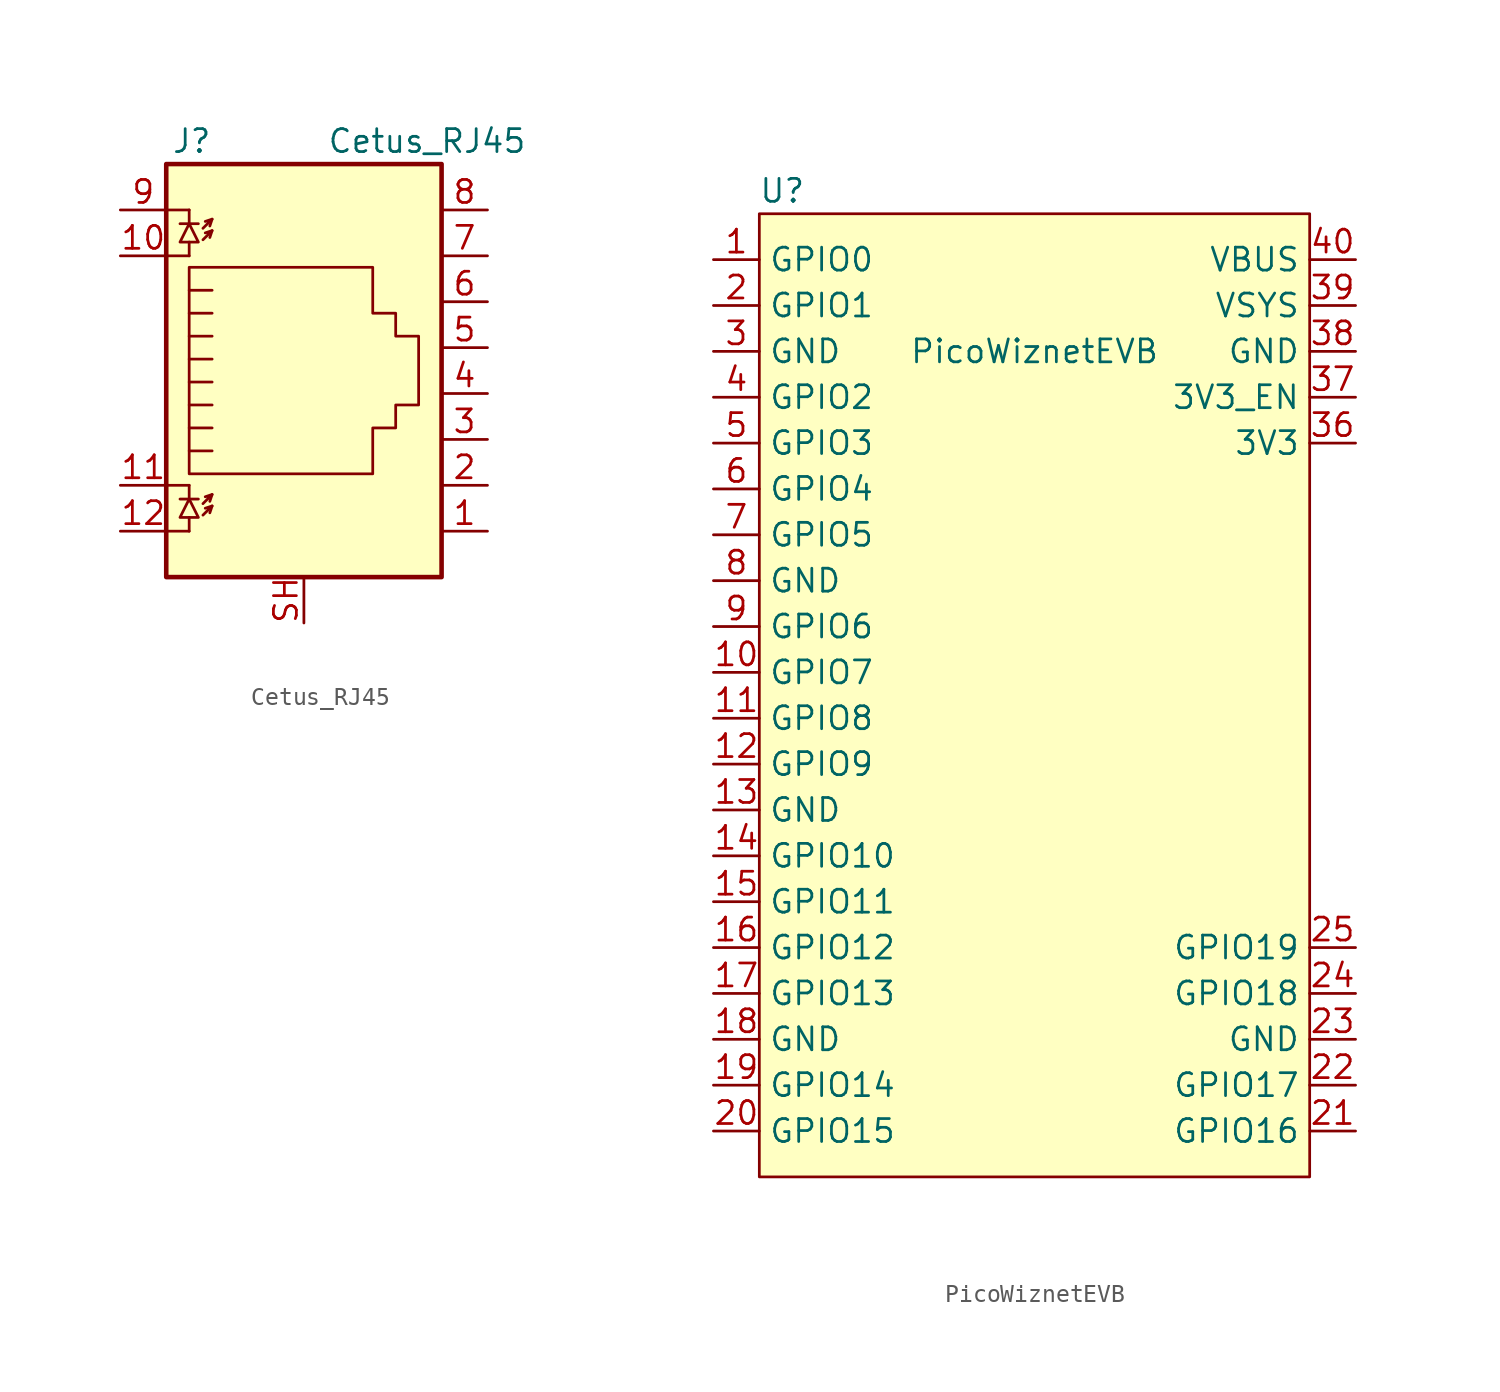
<source format=kicad_sym>
(kicad_symbol_lib
  (version 20211014)
  (generator kicad_symbol_editor)
  (symbol "Cetus_RJ45"
    (pin_names
      (offset 1.016))
    (property "Reference" "J"
      (at -5.08 13.97 0)
      (effects (font (size 1.27 1.27)) (justify right)))
    (property "Value" "Cetus_RJ45"
      (at 1.27 13.97 0)
      (effects (font (size 1.27 1.27)) (justify left)))
    (symbol "Cetus_RJ45_0_1"
      (polyline (pts (xy -7.62 -7.62) (xy -6.35 -7.62)) (stroke (width 0) (type default) (color 0 0 0 0)) (fill (type none)))
      (polyline (pts (xy -7.62 -5.08) (xy -6.35 -5.08)) (stroke (width 0) (type default) (color 0 0 0 0)) (fill (type none)))
      (polyline (pts (xy -7.62 7.62) (xy -6.35 7.62)) (stroke (width 0) (type default) (color 0 0 0 0)) (fill (type none)))
      (polyline (pts (xy -7.62 10.16) (xy -6.35 10.16)) (stroke (width 0) (type default) (color 0 0 0 0)) (fill (type none)))
      (polyline (pts (xy -6.858 -5.842) (xy -5.842 -5.842)) (stroke (width 0) (type default) (color 0 0 0 0)) (fill (type none)))
      (polyline (pts (xy -6.858 9.398) (xy -5.842 9.398)) (stroke (width 0) (type default) (color 0 0 0 0)) (fill (type none)))
      (polyline (pts (xy -6.35 -7.62) (xy -6.35 -6.858)) (stroke (width 0) (type default) (color 0 0 0 0)) (fill (type none)))
      (polyline (pts (xy -6.35 -5.08) (xy -6.35 -5.842)) (stroke (width 0) (type default) (color 0 0 0 0)) (fill (type none)))
      (polyline (pts (xy -6.35 7.62) (xy -6.35 8.382)) (stroke (width 0) (type default) (color 0 0 0 0)) (fill (type none)))
      (polyline (pts (xy -6.35 10.16) (xy -6.35 9.398)) (stroke (width 0) (type default) (color 0 0 0 0)) (fill (type none)))
      (polyline (pts (xy -5.08 -6.223) (xy -5.207 -6.604)) (stroke (width 0) (type default) (color 0 0 0 0)) (fill (type none)))
      (polyline (pts (xy -5.08 -5.588) (xy -5.207 -5.969)) (stroke (width 0) (type default) (color 0 0 0 0)) (fill (type none)))
      (polyline (pts (xy -5.08 4.445) (xy -6.35 4.445)) (stroke (width 0) (type default) (color 0 0 0 0)) (fill (type none)))
      (polyline (pts (xy -5.08 5.715) (xy -6.35 5.715)) (stroke (width 0) (type default) (color 0 0 0 0)) (fill (type none)))
      (polyline (pts (xy -5.08 9.017) (xy -5.207 8.636)) (stroke (width 0) (type default) (color 0 0 0 0)) (fill (type none)))
      (polyline (pts (xy -5.08 9.652) (xy -5.207 9.271)) (stroke (width 0) (type default) (color 0 0 0 0)) (fill (type none)))
      (polyline (pts (xy -6.35 -3.175) (xy -5.08 -3.175) (xy -5.08 -3.175)) (stroke (width 0) (type default) (color 0 0 0 0)) (fill (type none)))
      (polyline (pts (xy -6.35 -1.905) (xy -5.08 -1.905) (xy -5.08 -1.905)) (stroke (width 0) (type default) (color 0 0 0 0)) (fill (type none)))
      (polyline (pts (xy -6.35 -0.635) (xy -5.08 -0.635) (xy -5.08 -0.635)) (stroke (width 0) (type default) (color 0 0 0 0)) (fill (type none)))
      (polyline (pts (xy -6.35 0.635) (xy -5.08 0.635) (xy -5.08 0.635)) (stroke (width 0) (type default) (color 0 0 0 0)) (fill (type none)))
      (polyline (pts (xy -6.35 1.905) (xy -5.08 1.905) (xy -5.08 1.905)) (stroke (width 0) (type default) (color 0 0 0 0)) (fill (type none)))
      (polyline (pts (xy -5.588 -6.731) (xy -5.08 -6.223) (xy -5.461 -6.35)) (stroke (width 0) (type default) (color 0 0 0 0)) (fill (type none)))
      (polyline (pts (xy -5.588 -6.096) (xy -5.08 -5.588) (xy -5.461 -5.715)) (stroke (width 0) (type default) (color 0 0 0 0)) (fill (type none)))
      (polyline (pts (xy -5.588 8.509) (xy -5.08 9.017) (xy -5.461 8.89)) (stroke (width 0) (type default) (color 0 0 0 0)) (fill (type none)))
      (polyline (pts (xy -5.588 9.144) (xy -5.08 9.652) (xy -5.461 9.525)) (stroke (width 0) (type default) (color 0 0 0 0)) (fill (type none)))
      (polyline (pts (xy -5.08 3.175) (xy -6.35 3.175) (xy -6.35 3.175)) (stroke (width 0) (type default) (color 0 0 0 0)) (fill (type none)))
      (polyline (pts (xy -6.35 -5.842) (xy -6.858 -6.858) (xy -5.842 -6.858) (xy -6.35 -5.842)) (stroke (width 0) (type default) (color 0 0 0 0)) (fill (type none)))
      (polyline (pts (xy -6.35 9.398) (xy -6.858 8.382) (xy -5.842 8.382) (xy -6.35 9.398)) (stroke (width 0) (type default) (color 0 0 0 0)) (fill (type none)))
      (polyline (pts (xy -6.35 -4.445) (xy -6.35 6.985) (xy 3.81 6.985) (xy 3.81 4.445) (xy 5.08 4.445) (xy 5.08 3.175) (xy 6.35 3.175) (xy 6.35 -0.635) (xy 5.08 -0.635) (xy 5.08 -1.905) (xy 3.81 -1.905) (xy 3.81 -4.445) (xy -6.35 -4.445) (xy -6.35 -4.445)) (stroke (width 0) (type default) (color 0 0 0 0)) (fill (type none)))
      (rectangle (start 7.62 12.7) (end -7.62 -10.16) (stroke (width 0.254) (type default) (color 0 0 0 0)) (fill (type background))))
    (symbol "Cetus_RJ45_1_1"
      (pin passive line (at 10.16 -7.62 180) (length 2.54) (name "~" (effects (font (size 1.27 1.27)))) (number "1" (effects (font (size 1.27 1.27)))))
      (pin passive line (at -10.16 7.62 0) (length 2.54) (name "~" (effects (font (size 1.27 1.27)))) (number "10" (effects (font (size 1.27 1.27)))))
      (pin passive line (at -10.16 -5.08 0) (length 2.54) (name "~" (effects (font (size 1.27 1.27)))) (number "11" (effects (font (size 1.27 1.27)))))
      (pin passive line (at -10.16 -7.62 0) (length 2.54) (name "~" (effects (font (size 1.27 1.27)))) (number "12" (effects (font (size 1.27 1.27)))))
      (pin passive line (at 10.16 -5.08 180) (length 2.54) (name "~" (effects (font (size 1.27 1.27)))) (number "2" (effects (font (size 1.27 1.27)))))
      (pin passive line (at 10.16 -2.54 180) (length 2.54) (name "~" (effects (font (size 1.27 1.27)))) (number "3" (effects (font (size 1.27 1.27)))))
      (pin passive line (at 10.16 0 180) (length 2.54) (name "~" (effects (font (size 1.27 1.27)))) (number "4" (effects (font (size 1.27 1.27)))))
      (pin passive line (at 10.16 2.54 180) (length 2.54) (name "~" (effects (font (size 1.27 1.27)))) (number "5" (effects (font (size 1.27 1.27)))))
      (pin passive line (at 10.16 5.08 180) (length 2.54) (name "~" (effects (font (size 1.27 1.27)))) (number "6" (effects (font (size 1.27 1.27)))))
      (pin passive line (at 10.16 7.62 180) (length 2.54) (name "~" (effects (font (size 1.27 1.27)))) (number "7" (effects (font (size 1.27 1.27)))))
      (pin passive line (at 10.16 10.16 180) (length 2.54) (name "~" (effects (font (size 1.27 1.27)))) (number "8" (effects (font (size 1.27 1.27)))))
      (pin passive line (at -10.16 10.16 0) (length 2.54) (name "~" (effects (font (size 1.27 1.27)))) (number "9" (effects (font (size 1.27 1.27)))))
      (pin passive line (at 0 -12.7 90) (length 2.54) (name "~" (effects (font (size 1.27 1.27)))) (number "SH" (effects (font (size 1.27 1.27)))))))
  (symbol "PicoWiznetEVB"
    (property "Reference" "U"
      (at -13.97 27.94 0)
      (effects (font (size 1.27 1.27))))
    (property "Value" "PicoWiznetEVB"
      (at 0 19.05 0)
      (effects (font (size 1.27 1.27))))
    (symbol "PicoWiznetEVB_0_1"
      (rectangle (start -15.24 26.67) (end 15.24 -26.67) (stroke (width 0) (type default) (color 0 0 0 0)) (fill (type background))))
    (symbol "PicoWiznetEVB_1_1"
      (pin bidirectional line (at -17.78 24.13 0) (length 2.54) (name "GPIO0" (effects (font (size 1.27 1.27)))) (number "1" (effects (font (size 1.27 1.27)))))
      (pin bidirectional line (at -17.78 1.27 0) (length 2.54) (name "GPIO7" (effects (font (size 1.27 1.27)))) (number "10" (effects (font (size 1.27 1.27)))))
      (pin bidirectional line (at -17.78 -1.27 0) (length 2.54) (name "GPIO8" (effects (font (size 1.27 1.27)))) (number "11" (effects (font (size 1.27 1.27)))))
      (pin bidirectional line (at -17.78 -3.81 0) (length 2.54) (name "GPIO9" (effects (font (size 1.27 1.27)))) (number "12" (effects (font (size 1.27 1.27)))))
      (pin power_in line (at -17.78 -6.35 0) (length 2.54) (name "GND" (effects (font (size 1.27 1.27)))) (number "13" (effects (font (size 1.27 1.27)))))
      (pin bidirectional line (at -17.78 -8.89 0) (length 2.54) (name "GPIO10" (effects (font (size 1.27 1.27)))) (number "14" (effects (font (size 1.27 1.27)))))
      (pin bidirectional line (at -17.78 -11.43 0) (length 2.54) (name "GPIO11" (effects (font (size 1.27 1.27)))) (number "15" (effects (font (size 1.27 1.27)))))
      (pin bidirectional line (at -17.78 -13.97 0) (length 2.54) (name "GPIO12" (effects (font (size 1.27 1.27)))) (number "16" (effects (font (size 1.27 1.27)))))
      (pin bidirectional line (at -17.78 -16.51 0) (length 2.54) (name "GPIO13" (effects (font (size 1.27 1.27)))) (number "17" (effects (font (size 1.27 1.27)))))
      (pin power_in line (at -17.78 -19.05 0) (length 2.54) (name "GND" (effects (font (size 1.27 1.27)))) (number "18" (effects (font (size 1.27 1.27)))))
      (pin bidirectional line (at -17.78 -21.59 0) (length 2.54) (name "GPIO14" (effects (font (size 1.27 1.27)))) (number "19" (effects (font (size 1.27 1.27)))))
      (pin bidirectional line (at -17.78 21.59 0) (length 2.54) (name "GPIO1" (effects (font (size 1.27 1.27)))) (number "2" (effects (font (size 1.27 1.27)))))
      (pin bidirectional line (at -17.78 -24.13 0) (length 2.54) (name "GPIO15" (effects (font (size 1.27 1.27)))) (number "20" (effects (font (size 1.27 1.27)))))
      (pin bidirectional line (at 17.78 -24.13 180) (length 2.54) (name "GPIO16" (effects (font (size 1.27 1.27)))) (number "21" (effects (font (size 1.27 1.27)))))
      (pin bidirectional line (at 17.78 -21.59 180) (length 2.54) (name "GPIO17" (effects (font (size 1.27 1.27)))) (number "22" (effects (font (size 1.27 1.27)))))
      (pin power_in line (at 17.78 -19.05 180) (length 2.54) (name "GND" (effects (font (size 1.27 1.27)))) (number "23" (effects (font (size 1.27 1.27)))))
      (pin bidirectional line (at 17.78 -16.51 180) (length 2.54) (name "GPIO18" (effects (font (size 1.27 1.27)))) (number "24" (effects (font (size 1.27 1.27)))))
      (pin bidirectional line (at 17.78 -13.97 180) (length 2.54) (name "GPIO19" (effects (font (size 1.27 1.27)))) (number "25" (effects (font (size 1.27 1.27)))))
      (pin power_in line (at -17.78 19.05 0) (length 2.54) (name "GND" (effects (font (size 1.27 1.27)))) (number "3" (effects (font (size 1.27 1.27)))))
      (pin power_in line (at 17.78 13.97 180) (length 2.54) (name "3V3" (effects (font (size 1.27 1.27)))) (number "36" (effects (font (size 1.27 1.27)))))
      (pin input line (at 17.78 16.51 180) (length 2.54) (name "3V3_EN" (effects (font (size 1.27 1.27)))) (number "37" (effects (font (size 1.27 1.27)))))
      (pin bidirectional line (at 17.78 19.05 180) (length 2.54) (name "GND" (effects (font (size 1.27 1.27)))) (number "38" (effects (font (size 1.27 1.27)))))
      (pin power_in line (at 17.78 21.59 180) (length 2.54) (name "VSYS" (effects (font (size 1.27 1.27)))) (number "39" (effects (font (size 1.27 1.27)))))
      (pin bidirectional line (at -17.78 16.51 0) (length 2.54) (name "GPIO2" (effects (font (size 1.27 1.27)))) (number "4" (effects (font (size 1.27 1.27)))))
      (pin power_in line (at 17.78 24.13 180) (length 2.54) (name "VBUS" (effects (font (size 1.27 1.27)))) (number "40" (effects (font (size 1.27 1.27)))))
      (pin bidirectional line (at -17.78 13.97 0) (length 2.54) (name "GPIO3" (effects (font (size 1.27 1.27)))) (number "5" (effects (font (size 1.27 1.27)))))
      (pin bidirectional line (at -17.78 11.43 0) (length 2.54) (name "GPIO4" (effects (font (size 1.27 1.27)))) (number "6" (effects (font (size 1.27 1.27)))))
      (pin bidirectional line (at -17.78 8.89 0) (length 2.54) (name "GPIO5" (effects (font (size 1.27 1.27)))) (number "7" (effects (font (size 1.27 1.27)))))
      (pin power_in line (at -17.78 6.35 0) (length 2.54) (name "GND" (effects (font (size 1.27 1.27)))) (number "8" (effects (font (size 1.27 1.27)))))
      (pin bidirectional line (at -17.78 3.81 0) (length 2.54) (name "GPIO6" (effects (font (size 1.27 1.27)))) (number "9" (effects (font (size 1.27 1.27))))))))
</source>
